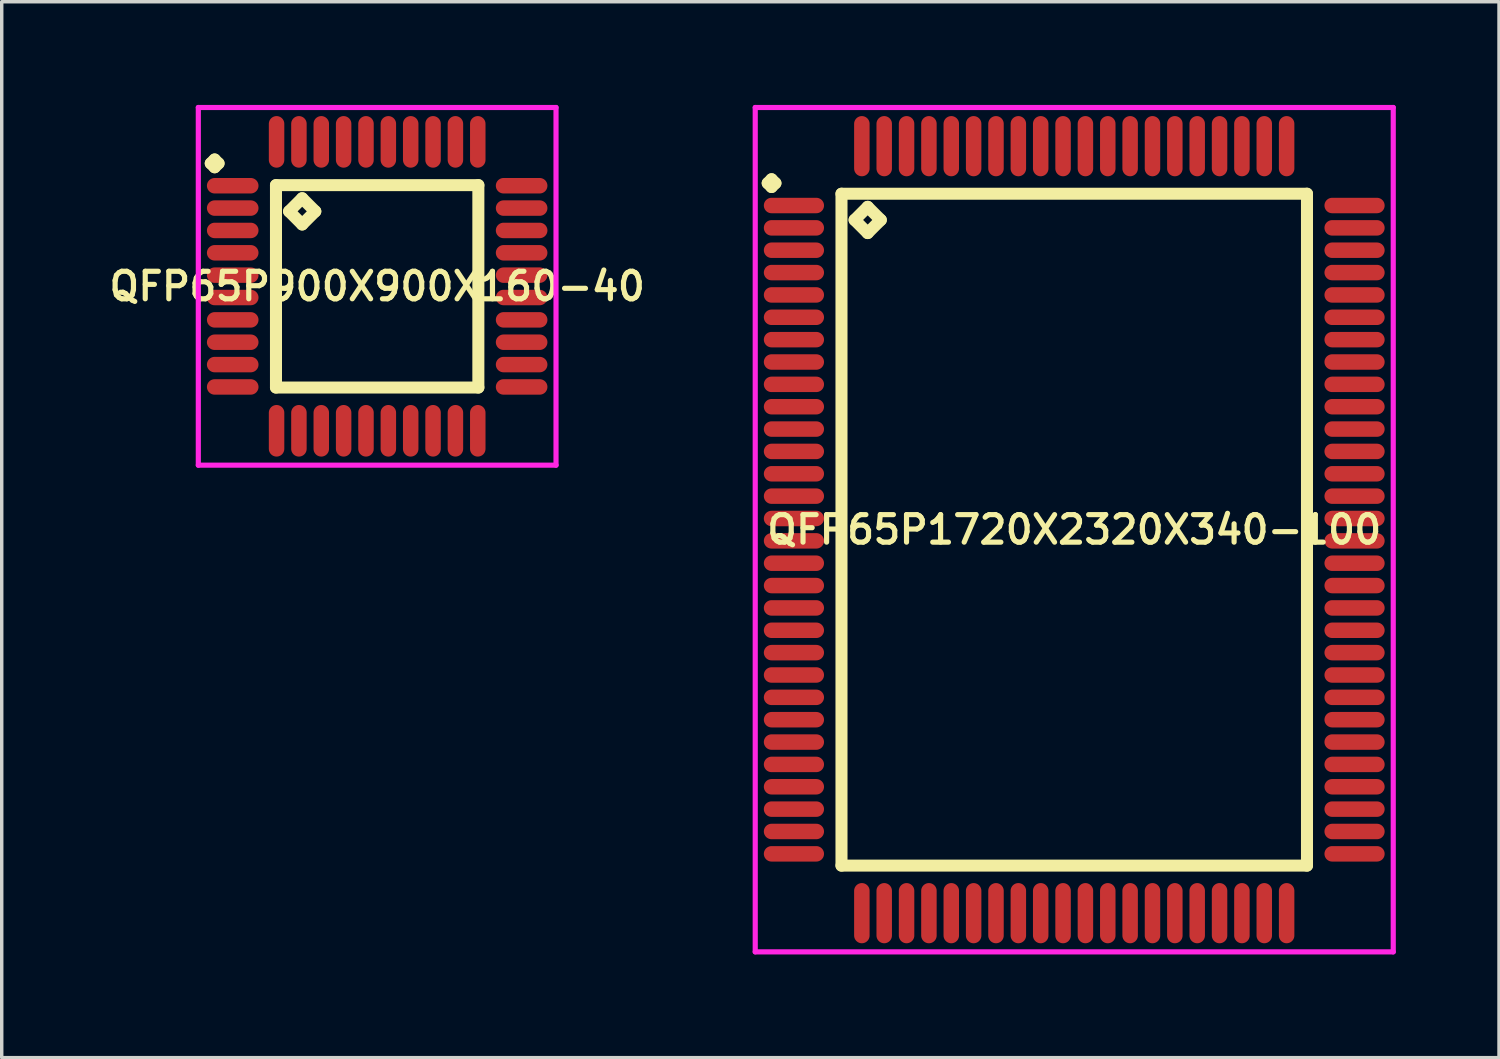
<source format=kicad_pcb>
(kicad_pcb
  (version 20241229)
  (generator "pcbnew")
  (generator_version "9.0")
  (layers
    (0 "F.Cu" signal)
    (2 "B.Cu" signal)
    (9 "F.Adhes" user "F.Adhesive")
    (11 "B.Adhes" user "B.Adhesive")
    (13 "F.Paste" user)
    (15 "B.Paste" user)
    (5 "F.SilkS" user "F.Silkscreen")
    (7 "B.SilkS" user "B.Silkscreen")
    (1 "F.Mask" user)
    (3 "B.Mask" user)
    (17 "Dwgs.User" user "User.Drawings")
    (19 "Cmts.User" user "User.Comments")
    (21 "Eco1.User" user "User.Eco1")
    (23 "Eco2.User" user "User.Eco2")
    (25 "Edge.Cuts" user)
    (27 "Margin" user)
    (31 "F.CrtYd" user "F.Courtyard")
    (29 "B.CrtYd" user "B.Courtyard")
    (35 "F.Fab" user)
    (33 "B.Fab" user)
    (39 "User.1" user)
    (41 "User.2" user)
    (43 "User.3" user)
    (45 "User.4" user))
  (footprint "QFP65P1720X2320X340-100"
    (layer "F.Cu")
    (at 28.183 12.35)
    (property "Reference" "QFP65P1720X2320X340-100" (at 0 0 0) (layer "F.SilkS") (effects (font (size 0.8 0.8) (thickness 0.15))))
    (attr through_hole)
    (fp_line (start -8.912 -10.075) (end -8.8 -10.188) (stroke (width 0.35) (type solid)) (layer "F.SilkS"))
    (fp_line (start -8.8 -10.188) (end -8.688 -10.075) (stroke (width 0.35) (type solid)) (layer "F.SilkS"))
    (fp_line (start -8.8 -9.963) (end -8.912 -10.075) (stroke (width 0.35) (type solid)) (layer "F.SilkS"))
    (fp_line (start -8.688 -10.075) (end -8.8 -9.963) (stroke (width 0.35) (type solid)) (layer "F.SilkS"))
    (fp_line (start -6.767 -9.767) (end -6.767 9.767) (stroke (width 0.35) (type solid)) (layer "F.SilkS"))
    (fp_line (start -6.767 9.767) (end 6.767 9.767) (stroke (width 0.35) (type solid)) (layer "F.SilkS"))
    (fp_line (start -6.386 -9.005) (end -6.005 -9.386) (stroke (width 0.35) (type solid)) (layer "F.SilkS"))
    (fp_line (start -6.005 -9.386) (end -5.624 -9.005) (stroke (width 0.35) (type solid)) (layer "F.SilkS"))
    (fp_line (start -6.005 -8.624) (end -6.386 -9.005) (stroke (width 0.35) (type solid)) (layer "F.SilkS"))
    (fp_line (start -5.624 -9.005) (end -6.005 -8.624) (stroke (width 0.35) (type solid)) (layer "F.SilkS"))
    (fp_line (start 6.767 -9.767) (end -6.767 -9.767) (stroke (width 0.35) (type solid)) (layer "F.SilkS"))
    (fp_line (start 6.767 9.767) (end 6.767 -9.767) (stroke (width 0.35) (type solid)) (layer "F.SilkS"))
    (fp_line (start -9.275 -12.275) (end 9.275 -12.275) (stroke (width 0.15) (type solid)) (layer "F.CrtYd"))
    (fp_line (start -9.275 12.275) (end -9.275 -12.275) (stroke (width 0.15) (type solid)) (layer "F.CrtYd"))
    (fp_line (start 9.275 -12.275) (end 9.275 12.275) (stroke (width 0.15) (type solid)) (layer "F.CrtYd"))
    (fp_line (start 9.275 12.275) (end -9.275 12.275) (stroke (width 0.15) (type solid)) (layer "F.CrtYd"))
    (pad "1" smd oval (at -8.15 -9.425) (size 1.75 0.45) (layers "F.Cu" "F.Mask" "F.Paste"))
    (pad "2" smd oval (at -8.15 -8.775) (size 1.75 0.45) (layers "F.Cu" "F.Mask" "F.Paste"))
    (pad "3" smd oval (at -8.15 -8.125) (size 1.75 0.45) (layers "F.Cu" "F.Mask" "F.Paste"))
    (pad "4" smd oval (at -8.15 -7.475) (size 1.75 0.45) (layers "F.Cu" "F.Mask" "F.Paste"))
    (pad "5" smd oval (at -8.15 -6.825) (size 1.75 0.45) (layers "F.Cu" "F.Mask" "F.Paste"))
    (pad "6" smd oval (at -8.15 -6.175) (size 1.75 0.45) (layers "F.Cu" "F.Mask" "F.Paste"))
    (pad "7" smd oval (at -8.15 -5.525) (size 1.75 0.45) (layers "F.Cu" "F.Mask" "F.Paste"))
    (pad "8" smd oval (at -8.15 -4.875) (size 1.75 0.45) (layers "F.Cu" "F.Mask" "F.Paste"))
    (pad "9" smd oval (at -8.15 -4.225) (size 1.75 0.45) (layers "F.Cu" "F.Mask" "F.Paste"))
    (pad "10" smd oval (at -8.15 -3.575) (size 1.75 0.45) (layers "F.Cu" "F.Mask" "F.Paste"))
    (pad "11" smd oval (at -8.15 -2.925) (size 1.75 0.45) (layers "F.Cu" "F.Mask" "F.Paste"))
    (pad "12" smd oval (at -8.15 -2.275) (size 1.75 0.45) (layers "F.Cu" "F.Mask" "F.Paste"))
    (pad "13" smd oval (at -8.15 -1.625) (size 1.75 0.45) (layers "F.Cu" "F.Mask" "F.Paste"))
    (pad "14" smd oval (at -8.15 -0.975) (size 1.75 0.45) (layers "F.Cu" "F.Mask" "F.Paste"))
    (pad "15" smd oval (at -8.15 -0.325) (size 1.75 0.45) (layers "F.Cu" "F.Mask" "F.Paste"))
    (pad "16" smd oval (at -8.15 0.325) (size 1.75 0.45) (layers "F.Cu" "F.Mask" "F.Paste"))
    (pad "17" smd oval (at -8.15 0.975) (size 1.75 0.45) (layers "F.Cu" "F.Mask" "F.Paste"))
    (pad "18" smd oval (at -8.15 1.625) (size 1.75 0.45) (layers "F.Cu" "F.Mask" "F.Paste"))
    (pad "19" smd oval (at -8.15 2.275) (size 1.75 0.45) (layers "F.Cu" "F.Mask" "F.Paste"))
    (pad "20" smd oval (at -8.15 2.925) (size 1.75 0.45) (layers "F.Cu" "F.Mask" "F.Paste"))
    (pad "21" smd oval (at -8.15 3.575) (size 1.75 0.45) (layers "F.Cu" "F.Mask" "F.Paste"))
    (pad "22" smd oval (at -8.15 4.225) (size 1.75 0.45) (layers "F.Cu" "F.Mask" "F.Paste"))
    (pad "23" smd oval (at -8.15 4.875) (size 1.75 0.45) (layers "F.Cu" "F.Mask" "F.Paste"))
    (pad "24" smd oval (at -8.15 5.525) (size 1.75 0.45) (layers "F.Cu" "F.Mask" "F.Paste"))
    (pad "25" smd oval (at -8.15 6.175) (size 1.75 0.45) (layers "F.Cu" "F.Mask" "F.Paste"))
    (pad "26" smd oval (at -8.15 6.825) (size 1.75 0.45) (layers "F.Cu" "F.Mask" "F.Paste"))
    (pad "27" smd oval (at -8.15 7.475) (size 1.75 0.45) (layers "F.Cu" "F.Mask" "F.Paste"))
    (pad "28" smd oval (at -8.15 8.125) (size 1.75 0.45) (layers "F.Cu" "F.Mask" "F.Paste"))
    (pad "29" smd oval (at -8.15 8.775) (size 1.75 0.45) (layers "F.Cu" "F.Mask" "F.Paste"))
    (pad "30" smd oval (at -8.15 9.425) (size 1.75 0.45) (layers "F.Cu" "F.Mask" "F.Paste"))
    (pad "31" smd oval (at -6.175 11.15) (size 0.45 1.75) (layers "F.Cu" "F.Mask" "F.Paste"))
    (pad "32" smd oval (at -5.525 11.15) (size 0.45 1.75) (layers "F.Cu" "F.Mask" "F.Paste"))
    (pad "33" smd oval (at -4.875 11.15) (size 0.45 1.75) (layers "F.Cu" "F.Mask" "F.Paste"))
    (pad "34" smd oval (at -4.225 11.15) (size 0.45 1.75) (layers "F.Cu" "F.Mask" "F.Paste"))
    (pad "35" smd oval (at -3.575 11.15) (size 0.45 1.75) (layers "F.Cu" "F.Mask" "F.Paste"))
    (pad "36" smd oval (at -2.925 11.15) (size 0.45 1.75) (layers "F.Cu" "F.Mask" "F.Paste"))
    (pad "37" smd oval (at -2.275 11.15) (size 0.45 1.75) (layers "F.Cu" "F.Mask" "F.Paste"))
    (pad "38" smd oval (at -1.625 11.15) (size 0.45 1.75) (layers "F.Cu" "F.Mask" "F.Paste"))
    (pad "39" smd oval (at -0.975 11.15) (size 0.45 1.75) (layers "F.Cu" "F.Mask" "F.Paste"))
    (pad "40" smd oval (at -0.325 11.15) (size 0.45 1.75) (layers "F.Cu" "F.Mask" "F.Paste"))
    (pad "41" smd oval (at 0.325 11.15) (size 0.45 1.75) (layers "F.Cu" "F.Mask" "F.Paste"))
    (pad "42" smd oval (at 0.975 11.15) (size 0.45 1.75) (layers "F.Cu" "F.Mask" "F.Paste"))
    (pad "43" smd oval (at 1.625 11.15) (size 0.45 1.75) (layers "F.Cu" "F.Mask" "F.Paste"))
    (pad "44" smd oval (at 2.275 11.15) (size 0.45 1.75) (layers "F.Cu" "F.Mask" "F.Paste"))
    (pad "45" smd oval (at 2.925 11.15) (size 0.45 1.75) (layers "F.Cu" "F.Mask" "F.Paste"))
    (pad "46" smd oval (at 3.575 11.15) (size 0.45 1.75) (layers "F.Cu" "F.Mask" "F.Paste"))
    (pad "47" smd oval (at 4.225 11.15) (size 0.45 1.75) (layers "F.Cu" "F.Mask" "F.Paste"))
    (pad "48" smd oval (at 4.875 11.15) (size 0.45 1.75) (layers "F.Cu" "F.Mask" "F.Paste"))
    (pad "49" smd oval (at 5.525 11.15) (size 0.45 1.75) (layers "F.Cu" "F.Mask" "F.Paste"))
    (pad "50" smd oval (at 6.175 11.15) (size 0.45 1.75) (layers "F.Cu" "F.Mask" "F.Paste"))
    (pad "51" smd oval (at 8.15 9.425) (size 1.75 0.45) (layers "F.Cu" "F.Mask" "F.Paste"))
    (pad "52" smd oval (at 8.15 8.775) (size 1.75 0.45) (layers "F.Cu" "F.Mask" "F.Paste"))
    (pad "53" smd oval (at 8.15 8.125) (size 1.75 0.45) (layers "F.Cu" "F.Mask" "F.Paste"))
    (pad "54" smd oval (at 8.15 7.475) (size 1.75 0.45) (layers "F.Cu" "F.Mask" "F.Paste"))
    (pad "55" smd oval (at 8.15 6.825) (size 1.75 0.45) (layers "F.Cu" "F.Mask" "F.Paste"))
    (pad "56" smd oval (at 8.15 6.175) (size 1.75 0.45) (layers "F.Cu" "F.Mask" "F.Paste"))
    (pad "57" smd oval (at 8.15 5.525) (size 1.75 0.45) (layers "F.Cu" "F.Mask" "F.Paste"))
    (pad "58" smd oval (at 8.15 4.875) (size 1.75 0.45) (layers "F.Cu" "F.Mask" "F.Paste"))
    (pad "59" smd oval (at 8.15 4.225) (size 1.75 0.45) (layers "F.Cu" "F.Mask" "F.Paste"))
    (pad "60" smd oval (at 8.15 3.575) (size 1.75 0.45) (layers "F.Cu" "F.Mask" "F.Paste"))
    (pad "61" smd oval (at 8.15 2.925) (size 1.75 0.45) (layers "F.Cu" "F.Mask" "F.Paste"))
    (pad "62" smd oval (at 8.15 2.275) (size 1.75 0.45) (layers "F.Cu" "F.Mask" "F.Paste"))
    (pad "63" smd oval (at 8.15 1.625) (size 1.75 0.45) (layers "F.Cu" "F.Mask" "F.Paste"))
    (pad "64" smd oval (at 8.15 0.975) (size 1.75 0.45) (layers "F.Cu" "F.Mask" "F.Paste"))
    (pad "65" smd oval (at 8.15 0.325) (size 1.75 0.45) (layers "F.Cu" "F.Mask" "F.Paste"))
    (pad "66" smd oval (at 8.15 -0.325) (size 1.75 0.45) (layers "F.Cu" "F.Mask" "F.Paste"))
    (pad "67" smd oval (at 8.15 -0.975) (size 1.75 0.45) (layers "F.Cu" "F.Mask" "F.Paste"))
    (pad "68" smd oval (at 8.15 -1.625) (size 1.75 0.45) (layers "F.Cu" "F.Mask" "F.Paste"))
    (pad "69" smd oval (at 8.15 -2.275) (size 1.75 0.45) (layers "F.Cu" "F.Mask" "F.Paste"))
    (pad "70" smd oval (at 8.15 -2.925) (size 1.75 0.45) (layers "F.Cu" "F.Mask" "F.Paste"))
    (pad "71" smd oval (at 8.15 -3.575) (size 1.75 0.45) (layers "F.Cu" "F.Mask" "F.Paste"))
    (pad "72" smd oval (at 8.15 -4.225) (size 1.75 0.45) (layers "F.Cu" "F.Mask" "F.Paste"))
    (pad "73" smd oval (at 8.15 -4.875) (size 1.75 0.45) (layers "F.Cu" "F.Mask" "F.Paste"))
    (pad "74" smd oval (at 8.15 -5.525) (size 1.75 0.45) (layers "F.Cu" "F.Mask" "F.Paste"))
    (pad "75" smd oval (at 8.15 -6.175) (size 1.75 0.45) (layers "F.Cu" "F.Mask" "F.Paste"))
    (pad "76" smd oval (at 8.15 -6.825) (size 1.75 0.45) (layers "F.Cu" "F.Mask" "F.Paste"))
    (pad "77" smd oval (at 8.15 -7.475) (size 1.75 0.45) (layers "F.Cu" "F.Mask" "F.Paste"))
    (pad "78" smd oval (at 8.15 -8.125) (size 1.75 0.45) (layers "F.Cu" "F.Mask" "F.Paste"))
    (pad "79" smd oval (at 8.15 -8.775) (size 1.75 0.45) (layers "F.Cu" "F.Mask" "F.Paste"))
    (pad "80" smd oval (at 8.15 -9.425) (size 1.75 0.45) (layers "F.Cu" "F.Mask" "F.Paste"))
    (pad "81" smd oval (at 6.175 -11.15) (size 0.45 1.75) (layers "F.Cu" "F.Mask" "F.Paste"))
    (pad "82" smd oval (at 5.525 -11.15) (size 0.45 1.75) (layers "F.Cu" "F.Mask" "F.Paste"))
    (pad "83" smd oval (at 4.875 -11.15) (size 0.45 1.75) (layers "F.Cu" "F.Mask" "F.Paste"))
    (pad "84" smd oval (at 4.225 -11.15) (size 0.45 1.75) (layers "F.Cu" "F.Mask" "F.Paste"))
    (pad "85" smd oval (at 3.575 -11.15) (size 0.45 1.75) (layers "F.Cu" "F.Mask" "F.Paste"))
    (pad "86" smd oval (at 2.925 -11.15) (size 0.45 1.75) (layers "F.Cu" "F.Mask" "F.Paste"))
    (pad "87" smd oval (at 2.275 -11.15) (size 0.45 1.75) (layers "F.Cu" "F.Mask" "F.Paste"))
    (pad "88" smd oval (at 1.625 -11.15) (size 0.45 1.75) (layers "F.Cu" "F.Mask" "F.Paste"))
    (pad "89" smd oval (at 0.975 -11.15) (size 0.45 1.75) (layers "F.Cu" "F.Mask" "F.Paste"))
    (pad "90" smd oval (at 0.325 -11.15) (size 0.45 1.75) (layers "F.Cu" "F.Mask" "F.Paste"))
    (pad "91" smd oval (at -0.325 -11.15) (size 0.45 1.75) (layers "F.Cu" "F.Mask" "F.Paste"))
    (pad "92" smd oval (at -0.975 -11.15) (size 0.45 1.75) (layers "F.Cu" "F.Mask" "F.Paste"))
    (pad "93" smd oval (at -1.625 -11.15) (size 0.45 1.75) (layers "F.Cu" "F.Mask" "F.Paste"))
    (pad "94" smd oval (at -2.275 -11.15) (size 0.45 1.75) (layers "F.Cu" "F.Mask" "F.Paste"))
    (pad "95" smd oval (at -2.925 -11.15) (size 0.45 1.75) (layers "F.Cu" "F.Mask" "F.Paste"))
    (pad "96" smd oval (at -3.575 -11.15) (size 0.45 1.75) (layers "F.Cu" "F.Mask" "F.Paste"))
    (pad "97" smd oval (at -4.225 -11.15) (size 0.45 1.75) (layers "F.Cu" "F.Mask" "F.Paste"))
    (pad "98" smd oval (at -4.875 -11.15) (size 0.45 1.75) (layers "F.Cu" "F.Mask" "F.Paste"))
    (pad "99" smd oval (at -5.525 -11.15) (size 0.45 1.75) (layers "F.Cu" "F.Mask" "F.Paste"))
    (pad "100" smd oval (at -6.175 -11.15) (size 0.45 1.75) (layers "F.Cu" "F.Mask" "F.Paste")))
  (footprint "QFP65P900X900X160-40"
    (layer "F.Cu")
    (at 7.916 5.275)
    (property "Reference" "QFP65P900X900X160-40" (at 0 0 0) (layer "F.SilkS") (effects (font (size 0.8 0.8) (thickness 0.15))))
    (attr smd)
    (fp_line (start -4.838 -3.575) (end -4.725 -3.688) (stroke (width 0.35) (type solid)) (layer "F.SilkS"))
    (fp_line (start -4.725 -3.688) (end -4.612 -3.575) (stroke (width 0.35) (type solid)) (layer "F.SilkS"))
    (fp_line (start -4.725 -3.462) (end -4.838 -3.575) (stroke (width 0.35) (type solid)) (layer "F.SilkS"))
    (fp_line (start -4.612 -3.575) (end -4.725 -3.462) (stroke (width 0.35) (type solid)) (layer "F.SilkS"))
    (fp_line (start -2.942 -2.942) (end -2.942 2.942) (stroke (width 0.35) (type solid)) (layer "F.SilkS"))
    (fp_line (start -2.942 2.942) (end 2.942 2.942) (stroke (width 0.35) (type solid)) (layer "F.SilkS"))
    (fp_line (start -2.561 -2.18) (end -2.18 -2.561) (stroke (width 0.35) (type solid)) (layer "F.SilkS"))
    (fp_line (start -2.18 -2.561) (end -1.799 -2.18) (stroke (width 0.35) (type solid)) (layer "F.SilkS"))
    (fp_line (start -2.18 -1.799) (end -2.561 -2.18) (stroke (width 0.35) (type solid)) (layer "F.SilkS"))
    (fp_line (start -1.799 -2.18) (end -2.18 -1.799) (stroke (width 0.35) (type solid)) (layer "F.SilkS"))
    (fp_line (start 2.942 -2.942) (end -2.942 -2.942) (stroke (width 0.35) (type solid)) (layer "F.SilkS"))
    (fp_line (start 2.942 2.942) (end 2.942 -2.942) (stroke (width 0.35) (type solid)) (layer "F.SilkS"))
    (fp_line (start -5.2 -5.2) (end 5.2 -5.2) (stroke (width 0.15) (type solid)) (layer "F.CrtYd"))
    (fp_line (start -5.2 5.2) (end -5.2 -5.2) (stroke (width 0.15) (type solid)) (layer "F.CrtYd"))
    (fp_line (start 5.2 -5.2) (end 5.2 5.2) (stroke (width 0.15) (type solid)) (layer "F.CrtYd"))
    (fp_line (start 5.2 5.2) (end -5.2 5.2) (stroke (width 0.15) (type solid)) (layer "F.CrtYd"))
    (pad "1" smd oval (at -4.2 -2.925) (size 1.5 0.45) (layers "F.Cu" "F.Mask" "F.Paste"))
    (pad "2" smd oval (at -4.2 -2.275) (size 1.5 0.45) (layers "F.Cu" "F.Mask" "F.Paste"))
    (pad "3" smd oval (at -4.2 -1.625) (size 1.5 0.45) (layers "F.Cu" "F.Mask" "F.Paste"))
    (pad "4" smd oval (at -4.2 -0.975) (size 1.5 0.45) (layers "F.Cu" "F.Mask" "F.Paste"))
    (pad "5" smd oval (at -4.2 -0.325) (size 1.5 0.45) (layers "F.Cu" "F.Mask" "F.Paste"))
    (pad "6" smd oval (at -4.2 0.325) (size 1.5 0.45) (layers "F.Cu" "F.Mask" "F.Paste"))
    (pad "7" smd oval (at -4.2 0.975) (size 1.5 0.45) (layers "F.Cu" "F.Mask" "F.Paste"))
    (pad "8" smd oval (at -4.2 1.625) (size 1.5 0.45) (layers "F.Cu" "F.Mask" "F.Paste"))
    (pad "9" smd oval (at -4.2 2.275) (size 1.5 0.45) (layers "F.Cu" "F.Mask" "F.Paste"))
    (pad "10" smd oval (at -4.2 2.925) (size 1.5 0.45) (layers "F.Cu" "F.Mask" "F.Paste"))
    (pad "11" smd oval (at -2.925 4.2) (size 0.45 1.5) (layers "F.Cu" "F.Mask" "F.Paste"))
    (pad "12" smd oval (at -2.275 4.2) (size 0.45 1.5) (layers "F.Cu" "F.Mask" "F.Paste"))
    (pad "13" smd oval (at -1.625 4.2) (size 0.45 1.5) (layers "F.Cu" "F.Mask" "F.Paste"))
    (pad "14" smd oval (at -0.975 4.2) (size 0.45 1.5) (layers "F.Cu" "F.Mask" "F.Paste"))
    (pad "15" smd oval (at -0.325 4.2) (size 0.45 1.5) (layers "F.Cu" "F.Mask" "F.Paste"))
    (pad "16" smd oval (at 0.325 4.2) (size 0.45 1.5) (layers "F.Cu" "F.Mask" "F.Paste"))
    (pad "17" smd oval (at 0.975 4.2) (size 0.45 1.5) (layers "F.Cu" "F.Mask" "F.Paste"))
    (pad "18" smd oval (at 1.625 4.2) (size 0.45 1.5) (layers "F.Cu" "F.Mask" "F.Paste"))
    (pad "19" smd oval (at 2.275 4.2) (size 0.45 1.5) (layers "F.Cu" "F.Mask" "F.Paste"))
    (pad "20" smd oval (at 2.925 4.2) (size 0.45 1.5) (layers "F.Cu" "F.Mask" "F.Paste"))
    (pad "21" smd oval (at 4.2 2.925) (size 1.5 0.45) (layers "F.Cu" "F.Mask" "F.Paste"))
    (pad "22" smd oval (at 4.2 2.275) (size 1.5 0.45) (layers "F.Cu" "F.Mask" "F.Paste"))
    (pad "23" smd oval (at 4.2 1.625) (size 1.5 0.45) (layers "F.Cu" "F.Mask" "F.Paste"))
    (pad "24" smd oval (at 4.2 0.975) (size 1.5 0.45) (layers "F.Cu" "F.Mask" "F.Paste"))
    (pad "25" smd oval (at 4.2 0.325) (size 1.5 0.45) (layers "F.Cu" "F.Mask" "F.Paste"))
    (pad "26" smd oval (at 4.2 -0.325) (size 1.5 0.45) (layers "F.Cu" "F.Mask" "F.Paste"))
    (pad "27" smd oval (at 4.2 -0.975) (size 1.5 0.45) (layers "F.Cu" "F.Mask" "F.Paste"))
    (pad "28" smd oval (at 4.2 -1.625) (size 1.5 0.45) (layers "F.Cu" "F.Mask" "F.Paste"))
    (pad "29" smd oval (at 4.2 -2.275) (size 1.5 0.45) (layers "F.Cu" "F.Mask" "F.Paste"))
    (pad "30" smd oval (at 4.2 -2.925) (size 1.5 0.45) (layers "F.Cu" "F.Mask" "F.Paste"))
    (pad "31" smd oval (at 2.925 -4.2) (size 0.45 1.5) (layers "F.Cu" "F.Mask" "F.Paste"))
    (pad "32" smd oval (at 2.275 -4.2) (size 0.45 1.5) (layers "F.Cu" "F.Mask" "F.Paste"))
    (pad "33" smd oval (at 1.625 -4.2) (size 0.45 1.5) (layers "F.Cu" "F.Mask" "F.Paste"))
    (pad "34" smd oval (at 0.975 -4.2) (size 0.45 1.5) (layers "F.Cu" "F.Mask" "F.Paste"))
    (pad "35" smd oval (at 0.325 -4.2) (size 0.45 1.5) (layers "F.Cu" "F.Mask" "F.Paste"))
    (pad "36" smd oval (at -0.325 -4.2) (size 0.45 1.5) (layers "F.Cu" "F.Mask" "F.Paste"))
    (pad "37" smd oval (at -0.975 -4.2) (size 0.45 1.5) (layers "F.Cu" "F.Mask" "F.Paste"))
    (pad "38" smd oval (at -1.625 -4.2) (size 0.45 1.5) (layers "F.Cu" "F.Mask" "F.Paste"))
    (pad "39" smd oval (at -2.275 -4.2) (size 0.45 1.5) (layers "F.Cu" "F.Mask" "F.Paste"))
    (pad "40" smd oval (at -2.925 -4.2) (size 0.45 1.5) (layers "F.Cu" "F.Mask" "F.Paste")))
  (gr_rect
    (start -3 -3)
    (end 40.533 27.7)
    (stroke (width 0.1) (type default))
    (fill no)
    (layer "Edge.Cuts")))
</source>
